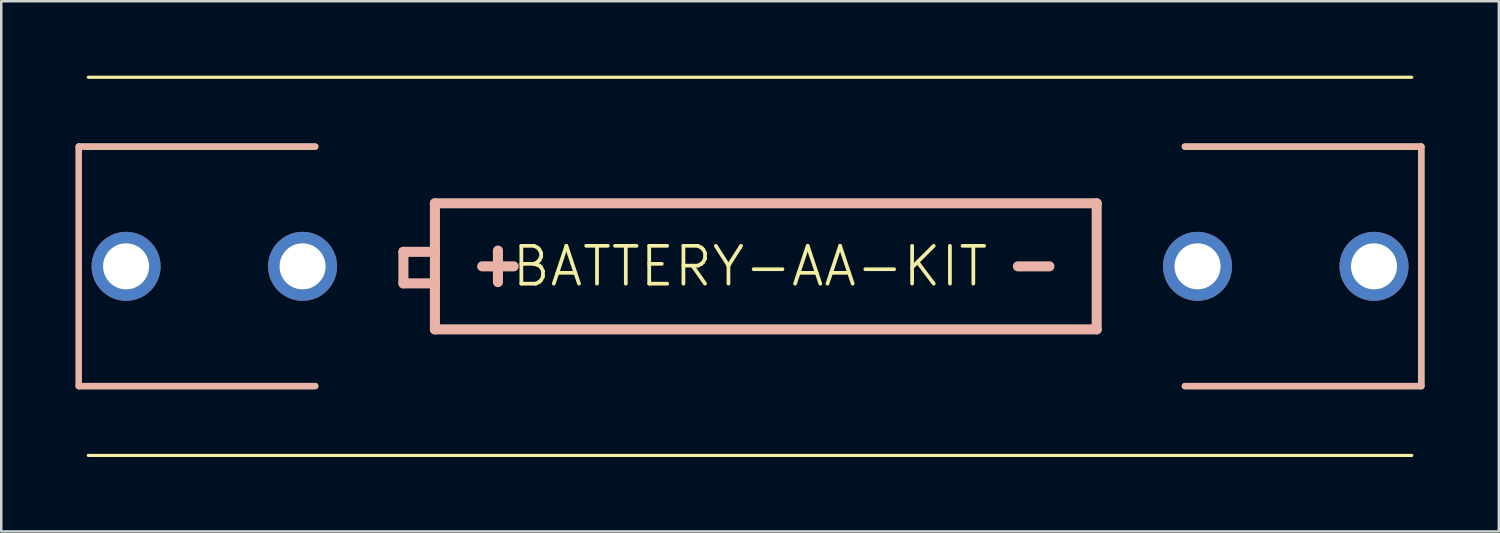
<source format=kicad_pcb>
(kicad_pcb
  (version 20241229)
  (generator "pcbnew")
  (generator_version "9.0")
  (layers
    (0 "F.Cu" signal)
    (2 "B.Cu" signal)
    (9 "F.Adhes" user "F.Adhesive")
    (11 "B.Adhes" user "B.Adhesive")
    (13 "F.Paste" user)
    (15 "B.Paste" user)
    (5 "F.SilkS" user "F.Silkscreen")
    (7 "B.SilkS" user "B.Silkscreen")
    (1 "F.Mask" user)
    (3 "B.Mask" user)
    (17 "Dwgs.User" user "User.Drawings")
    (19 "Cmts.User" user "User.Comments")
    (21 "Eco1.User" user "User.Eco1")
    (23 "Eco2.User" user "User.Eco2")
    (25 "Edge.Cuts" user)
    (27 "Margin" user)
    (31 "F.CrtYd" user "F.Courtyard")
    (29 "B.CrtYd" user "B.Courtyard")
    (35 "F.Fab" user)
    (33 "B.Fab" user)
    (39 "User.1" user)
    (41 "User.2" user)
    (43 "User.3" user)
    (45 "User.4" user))
  (footprint "BATTERY-AA-KIT"
    (layer "F.Cu")
    (at 27.178 7.684)
    (property "Reference" "BATTERY-AA-KIT" (at 0 0 0) (layer "F.SilkS") (effects (font (size 1.524 1.524) (thickness 0.15))))
    (attr exclude_from_pos_files exclude_from_bom)
    (fp_line (start -27.051 -4.826) (end -17.523 -4.826) (stroke (width 0.254) (type solid)) (layer "F.SilkS"))
    (fp_line (start -27.051 4.826) (end -27.051 -4.826) (stroke (width 0.254) (type solid)) (layer "F.SilkS"))
    (fp_line (start -26.67 -7.62) (end 26.67 -7.62) (stroke (width 0.127) (type solid)) (layer "F.SilkS"))
    (fp_line (start -17.523 4.826) (end -27.051 4.826) (stroke (width 0.254) (type solid)) (layer "F.SilkS"))
    (fp_line (start 17.523 -4.826) (end 27.051 -4.826) (stroke (width 0.254) (type solid)) (layer "F.SilkS"))
    (fp_line (start 26.67 7.62) (end -26.67 7.62) (stroke (width 0.127) (type solid)) (layer "F.SilkS"))
    (fp_line (start 27.051 -4.826) (end 27.051 4.826) (stroke (width 0.254) (type solid)) (layer "F.SilkS"))
    (fp_line (start 27.051 4.826) (end 17.523 4.826) (stroke (width 0.254) (type solid)) (layer "F.SilkS"))
    (fp_line (start -27.051 -4.826) (end -17.523 -4.826) (stroke (width 0.254) (type solid)) (layer "B.SilkS"))
    (fp_line (start -27.051 4.826) (end -27.051 -4.826) (stroke (width 0.254) (type solid)) (layer "B.SilkS"))
    (fp_line (start -17.523 4.826) (end -27.051 4.826) (stroke (width 0.254) (type solid)) (layer "B.SilkS"))
    (fp_line (start -13.97 -0.584) (end -13.97 0.686) (stroke (width 0.406) (type solid)) (layer "B.SilkS"))
    (fp_line (start -13.97 0.686) (end -12.7 0.686) (stroke (width 0.406) (type solid)) (layer "B.SilkS"))
    (fp_line (start -12.7 -2.54) (end -12.7 -0.584) (stroke (width 0.406) (type solid)) (layer "B.SilkS"))
    (fp_line (start -12.7 -0.584) (end -13.97 -0.584) (stroke (width 0.406) (type solid)) (layer "B.SilkS"))
    (fp_line (start -12.7 -0.584) (end -12.7 0.686) (stroke (width 0.406) (type solid)) (layer "B.SilkS"))
    (fp_line (start -12.7 0.686) (end -12.7 2.54) (stroke (width 0.406) (type solid)) (layer "B.SilkS"))
    (fp_line (start -12.7 2.54) (end 13.97 2.54) (stroke (width 0.406) (type solid)) (layer "B.SilkS"))
    (fp_line (start -10.16 -0.635) (end -10.16 0.635) (stroke (width 0.406) (type solid)) (layer "B.SilkS"))
    (fp_line (start -9.525 0) (end -10.795 0) (stroke (width 0.406) (type solid)) (layer "B.SilkS"))
    (fp_line (start 12.065 0) (end 10.795 0) (stroke (width 0.406) (type solid)) (layer "B.SilkS"))
    (fp_line (start 13.97 -2.54) (end -12.7 -2.54) (stroke (width 0.406) (type solid)) (layer "B.SilkS"))
    (fp_line (start 13.97 2.54) (end 13.97 -2.54) (stroke (width 0.406) (type solid)) (layer "B.SilkS"))
    (fp_line (start 17.523 4.826) (end 27.051 4.826) (stroke (width 0.254) (type solid)) (layer "B.SilkS"))
    (fp_line (start 27.051 -4.826) (end 17.523 -4.826) (stroke (width 0.254) (type solid)) (layer "B.SilkS"))
    (fp_line (start 27.051 4.826) (end 27.051 -4.826) (stroke (width 0.254) (type solid)) (layer "B.SilkS"))
    (pad "GND@" thru_hole circle (at 18.034 0) (size 2.781 2.781) (drill 1.854) (layers "*.Cu" "*.Mask"))
    (pad "GND@" thru_hole circle (at 25.146 0) (size 2.781 2.781) (drill 1.854) (layers "*.Cu" "*.Mask"))
    (pad "PWR@" thru_hole circle (at -25.146 0) (size 2.781 2.781) (drill 1.854) (layers "*.Cu" "*.Mask"))
    (pad "PWR@" thru_hole circle (at -18.034 0) (size 2.781 2.781) (drill 1.854) (layers "*.Cu" "*.Mask")))
  (gr_rect
    (start -3 -3)
    (end 57.356 18.367)
    (stroke (width 0.1) (type default))
    (fill no)
    (layer "Edge.Cuts")))
</source>
